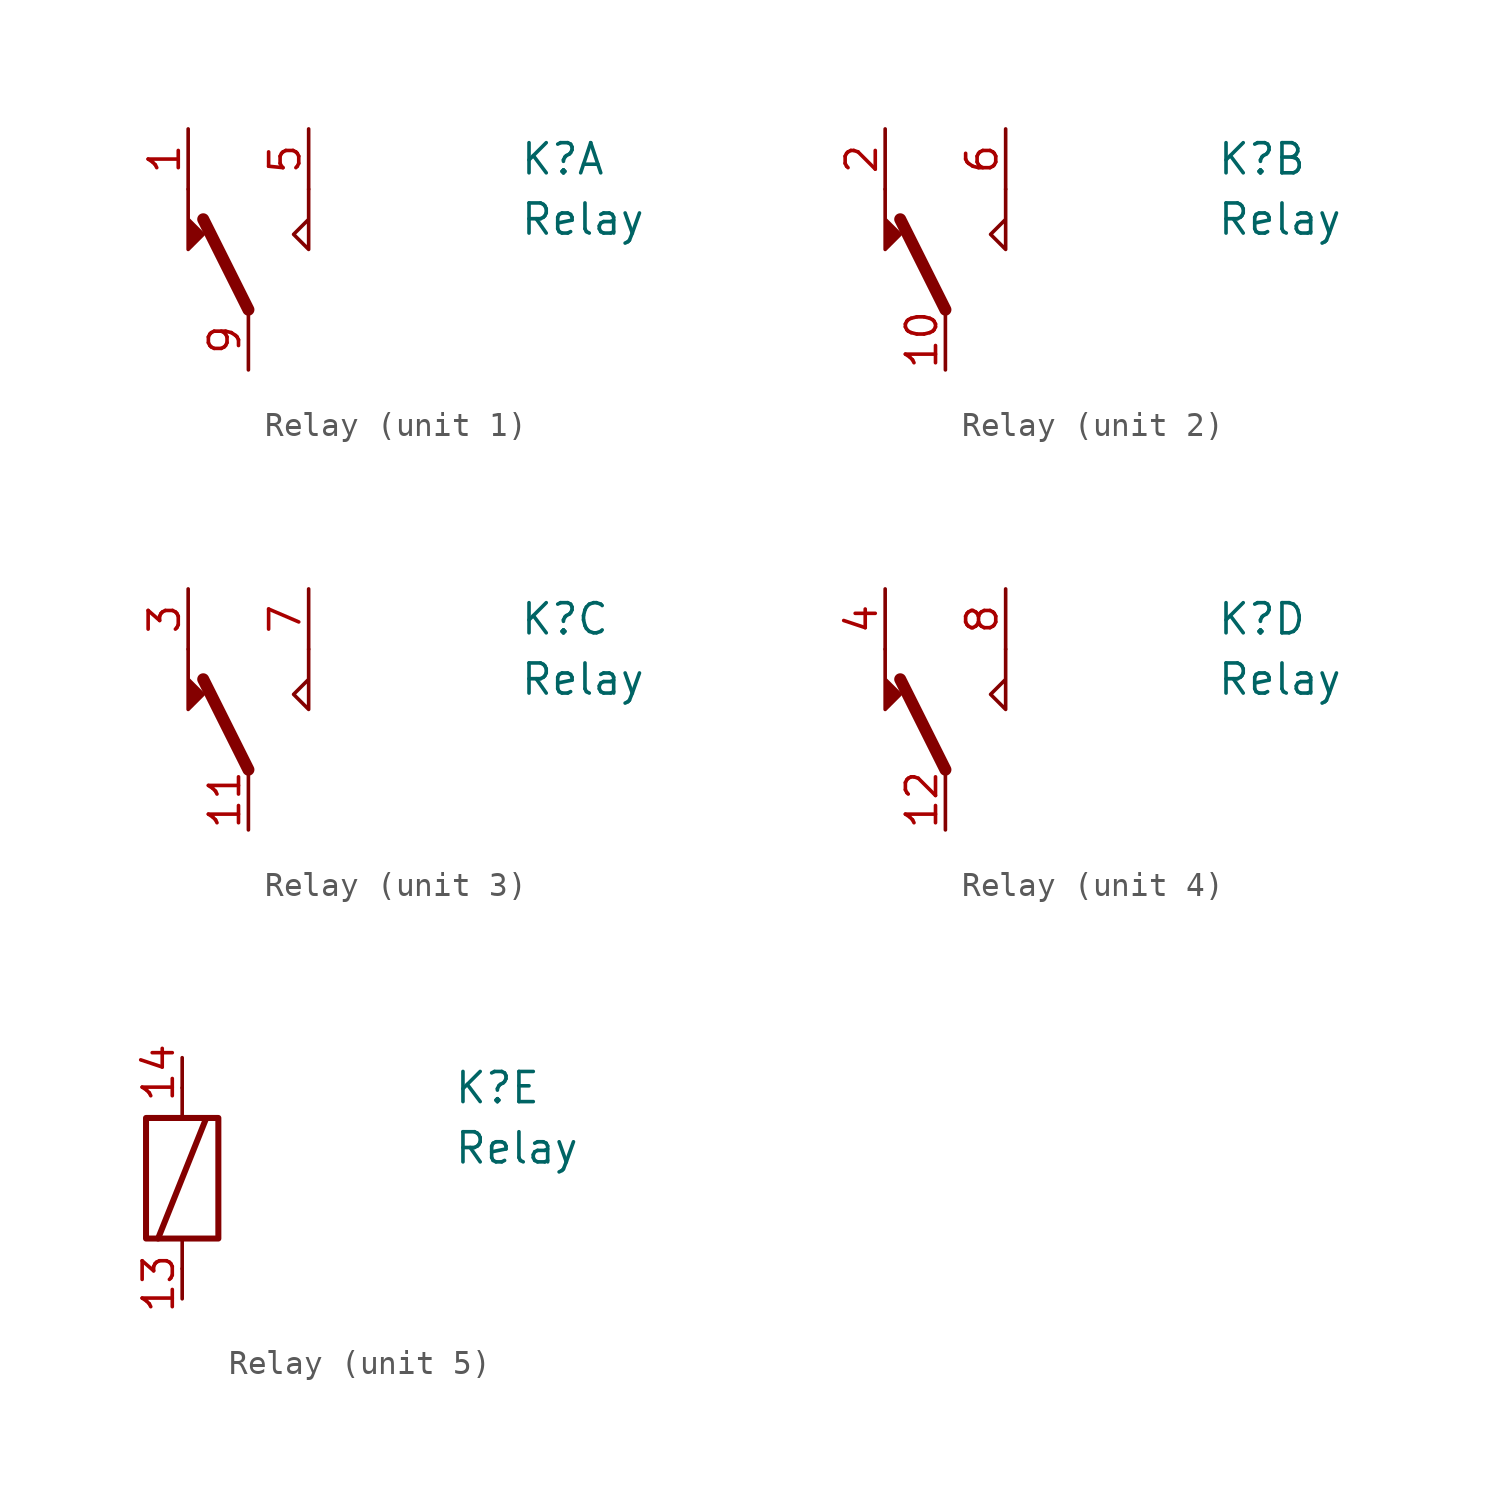
<source format=kicad_sym>
(kicad_symbol_lib
  (version 20211014)
  (generator kicad_symbol_editor)
  (symbol "Relay"
    (property "Reference" "K"
      (at 11.43 3.81 0)
      (effects (font (size 1.27 1.27)) (justify left)))
    (property "Value" "Relay"
      (at 11.43 1.27 0)
      (effects (font (size 1.27 1.27)) (justify left)))
    (property "ki_locked" ""
      (at 0 0 0)
      (effects (font (size 1.27 1.27))))
    (symbol "Relay_1_1"
      (polyline (pts (xy 0 -2.54) (xy -1.905 1.27)) (stroke (width 0.508) (type default) (color 0 0 0 0)) (fill (type none)))
      (polyline (pts (xy -2.54 2.54) (xy -2.54 0) (xy -1.905 0.635) (xy -2.54 1.27)) (stroke (width 0) (type default) (color 0 0 0 0)) (fill (type outline)))
      (polyline (pts (xy 2.54 2.54) (xy 2.54 0) (xy 1.905 0.635) (xy 2.54 1.27)) (stroke (width 0) (type default) (color 0 0 0 0)) (fill (type none)))
      (pin passive line (at -2.54 5.08 270) (length 2.54) (name "~" (effects (font (size 1.27 1.27)))) (number "1" (effects (font (size 1.27 1.27)))))
      (pin passive line (at 2.54 5.08 270) (length 2.54) (name "~" (effects (font (size 1.27 1.27)))) (number "5" (effects (font (size 1.27 1.27)))))
      (pin passive line (at 0 -5.08 90) (length 2.54) (name "~" (effects (font (size 1.27 1.27)))) (number "9" (effects (font (size 1.27 1.27))))))
    (symbol "Relay_2_1"
      (polyline (pts (xy 0 -2.54) (xy -1.905 1.27)) (stroke (width 0.508) (type default) (color 0 0 0 0)) (fill (type none)))
      (polyline (pts (xy -2.54 2.54) (xy -2.54 0) (xy -1.905 0.635) (xy -2.54 1.27)) (stroke (width 0) (type default) (color 0 0 0 0)) (fill (type outline)))
      (polyline (pts (xy 2.54 2.54) (xy 2.54 0) (xy 1.905 0.635) (xy 2.54 1.27)) (stroke (width 0) (type default) (color 0 0 0 0)) (fill (type none)))
      (pin passive line (at 0 -5.08 90) (length 2.54) (name "~" (effects (font (size 1.27 1.27)))) (number "10" (effects (font (size 1.27 1.27)))))
      (pin passive line (at -2.54 5.08 270) (length 2.54) (name "~" (effects (font (size 1.27 1.27)))) (number "2" (effects (font (size 1.27 1.27)))))
      (pin passive line (at 2.54 5.08 270) (length 2.54) (name "~" (effects (font (size 1.27 1.27)))) (number "6" (effects (font (size 1.27 1.27))))))
    (symbol "Relay_3_1"
      (polyline (pts (xy 0 -2.54) (xy -1.905 1.27)) (stroke (width 0.508) (type default) (color 0 0 0 0)) (fill (type none)))
      (polyline (pts (xy -2.54 2.54) (xy -2.54 0) (xy -1.905 0.635) (xy -2.54 1.27)) (stroke (width 0) (type default) (color 0 0 0 0)) (fill (type outline)))
      (polyline (pts (xy 2.54 2.54) (xy 2.54 0) (xy 1.905 0.635) (xy 2.54 1.27)) (stroke (width 0) (type default) (color 0 0 0 0)) (fill (type none)))
      (pin passive line (at 0 -5.08 90) (length 2.54) (name "~" (effects (font (size 1.27 1.27)))) (number "11" (effects (font (size 1.27 1.27)))))
      (pin passive line (at -2.54 5.08 270) (length 2.54) (name "~" (effects (font (size 1.27 1.27)))) (number "3" (effects (font (size 1.27 1.27)))))
      (pin passive line (at 2.54 5.08 270) (length 2.54) (name "~" (effects (font (size 1.27 1.27)))) (number "7" (effects (font (size 1.27 1.27))))))
    (symbol "Relay_4_1"
      (polyline (pts (xy 0 -2.54) (xy -1.905 1.27)) (stroke (width 0.508) (type default) (color 0 0 0 0)) (fill (type none)))
      (polyline (pts (xy -2.54 2.54) (xy -2.54 0) (xy -1.905 0.635) (xy -2.54 1.27)) (stroke (width 0) (type default) (color 0 0 0 0)) (fill (type outline)))
      (polyline (pts (xy 2.54 2.54) (xy 2.54 0) (xy 1.905 0.635) (xy 2.54 1.27)) (stroke (width 0) (type default) (color 0 0 0 0)) (fill (type none)))
      (pin passive line (at 0 -5.08 90) (length 2.54) (name "~" (effects (font (size 1.27 1.27)))) (number "12" (effects (font (size 1.27 1.27)))))
      (pin passive line (at -2.54 5.08 270) (length 2.54) (name "~" (effects (font (size 1.27 1.27)))) (number "4" (effects (font (size 1.27 1.27)))))
      (pin passive line (at 2.54 5.08 270) (length 2.54) (name "~" (effects (font (size 1.27 1.27)))) (number "8" (effects (font (size 1.27 1.27))))))
    (symbol "Relay_5_1"
      (polyline (pts (xy -1.016 -2.54) (xy 1.016 2.54)) (stroke (width 0.254) (type default) (color 0 0 0 0)) (fill (type none)))
      (polyline (pts (xy 0 -2.54) (xy 0 -3.81)) (stroke (width 0.152) (type default) (color 0 0 0 0)) (fill (type none)))
      (polyline (pts (xy 0 3.81) (xy 0 2.54)) (stroke (width 0.152) (type default) (color 0 0 0 0)) (fill (type none)))
      (rectangle (start 1.524 2.54) (end -1.524 -2.54) (stroke (width 0.254) (type default) (color 0 0 0 0)) (fill (type none)))
      (pin passive line (at 0 -5.08 90) (length 1.27) (name "~" (effects (font (size 1.27 1.27)))) (number "13" (effects (font (size 1.27 1.27)))))
      (pin passive line (at 0 5.08 270) (length 1.27) (name "~" (effects (font (size 1.27 1.27)))) (number "14" (effects (font (size 1.27 1.27))))))))
</source>
